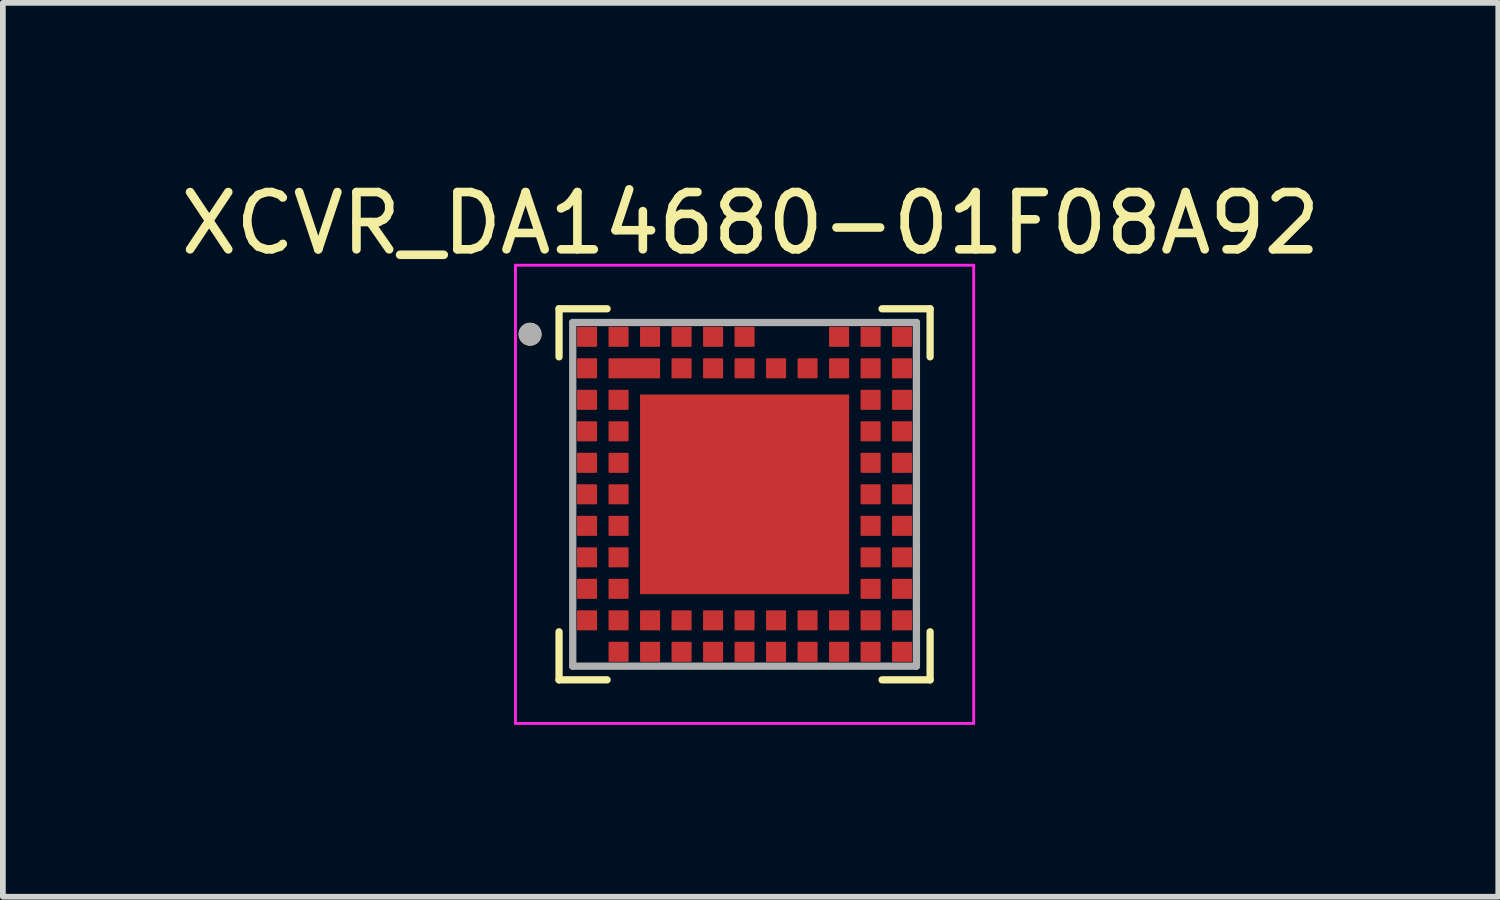
<source format=kicad_pcb>
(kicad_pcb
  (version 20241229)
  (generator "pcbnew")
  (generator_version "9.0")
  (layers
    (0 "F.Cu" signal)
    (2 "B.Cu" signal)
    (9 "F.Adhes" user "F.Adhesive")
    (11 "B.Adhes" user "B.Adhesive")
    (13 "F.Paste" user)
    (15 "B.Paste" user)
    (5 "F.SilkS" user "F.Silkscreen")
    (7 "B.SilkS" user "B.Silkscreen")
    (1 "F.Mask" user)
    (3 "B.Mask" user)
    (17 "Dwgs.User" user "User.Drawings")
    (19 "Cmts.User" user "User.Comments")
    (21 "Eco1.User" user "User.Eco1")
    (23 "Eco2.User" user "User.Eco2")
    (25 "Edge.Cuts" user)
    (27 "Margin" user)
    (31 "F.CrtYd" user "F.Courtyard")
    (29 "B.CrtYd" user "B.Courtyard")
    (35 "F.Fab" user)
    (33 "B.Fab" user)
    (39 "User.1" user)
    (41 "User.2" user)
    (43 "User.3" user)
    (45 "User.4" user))
  (footprint "XCVR_DA14680-01F08A92"
    (layer "F.Cu")
    (at 9.949 5.58)
    (property "Reference" "XCVR_DA14680-01F08A92" (at 0.105 -4.732 0) (layer "F.SilkS") (effects (font (size 1 1) (thickness 0.15))))
    (attr through_hole)
    (fp_line (start -3.239 -3.239) (end -3.239 -2.4) (stroke (width 0.127) (type solid)) (layer "F.SilkS"))
    (fp_line (start -3.239 2.4) (end -3.239 3.239) (stroke (width 0.127) (type solid)) (layer "F.SilkS"))
    (fp_line (start -3.239 3.239) (end -2.4 3.239) (stroke (width 0.127) (type solid)) (layer "F.SilkS"))
    (fp_line (start -2.4 -3.239) (end -3.239 -3.239) (stroke (width 0.127) (type solid)) (layer "F.SilkS"))
    (fp_line (start 2.4 3.239) (end 3.239 3.239) (stroke (width 0.127) (type solid)) (layer "F.SilkS"))
    (fp_line (start 3.239 -3.239) (end 2.4 -3.239) (stroke (width 0.127) (type solid)) (layer "F.SilkS"))
    (fp_line (start 3.239 -2.4) (end 3.239 -3.239) (stroke (width 0.127) (type solid)) (layer "F.SilkS"))
    (fp_line (start 3.239 3.239) (end 3.239 2.4) (stroke (width 0.127) (type solid)) (layer "F.SilkS"))
    (fp_circle (center -3.745 -2.795) (end -3.645 -2.795) (stroke (width 0.2) (type solid)) (fill no) (layer "F.SilkS"))
    (fp_poly (pts (xy -1.39 -1.31) (xy -0.22 -1.31) (xy -0.22 -0.22) (xy -1.39 -0.22)) (stroke (width 0.01) (type solid)) (fill yes) (layer "F.Paste"))
    (fp_poly (pts (xy -1.39 0.22) (xy -0.22 0.22) (xy -0.22 1.31) (xy -1.39 1.31)) (stroke (width 0.01) (type solid)) (fill yes) (layer "F.Paste"))
    (fp_poly (pts (xy 0.22 -1.31) (xy 1.39 -1.31) (xy 1.39 -0.22) (xy 0.22 -0.22)) (stroke (width 0.01) (type solid)) (fill yes) (layer "F.Paste"))
    (fp_poly (pts (xy 0.22 0.22) (xy 1.39 0.22) (xy 1.39 1.31) (xy 0.22 1.31)) (stroke (width 0.01) (type solid)) (fill yes) (layer "F.Paste"))
    (fp_line (start -4 -4) (end -4 4) (stroke (width 0.05) (type solid)) (layer "F.CrtYd"))
    (fp_line (start -4 -4) (end 4 -4) (stroke (width 0.05) (type solid)) (layer "F.CrtYd"))
    (fp_line (start -4 4) (end 4 4) (stroke (width 0.05) (type solid)) (layer "F.CrtYd"))
    (fp_line (start 4 -4) (end 4 4) (stroke (width 0.05) (type solid)) (layer "F.CrtYd"))
    (fp_line (start -3 -3) (end -3 3) (stroke (width 0.127) (type solid)) (layer "F.Fab"))
    (fp_line (start -3 -3) (end 3 -3) (stroke (width 0.127) (type solid)) (layer "F.Fab"))
    (fp_line (start -3 3) (end 3 3) (stroke (width 0.127) (type solid)) (layer "F.Fab"))
    (fp_line (start 3 -3) (end 3 3) (stroke (width 0.127) (type solid)) (layer "F.Fab"))
    (fp_circle (center -3.745 -2.795) (end -3.645 -2.795) (stroke (width 0.2) (type solid)) (fill no) (layer "F.Fab"))
    (pad "A1" smd roundrect (at -2.75 -2.75) (size 0.35 0.35) (layers "F.Cu" "F.Mask" "F.Paste") (roundrect_rratio 0.04))
    (pad "A2" smd roundrect (at -2.75 -2.2) (size 0.35 0.35) (layers "F.Cu" "F.Mask" "F.Paste") (roundrect_rratio 0.04))
    (pad "A3" smd roundrect (at -2.75 -1.65) (size 0.35 0.35) (layers "F.Cu" "F.Mask" "F.Paste") (roundrect_rratio 0.04))
    (pad "A4" smd roundrect (at -2.75 -1.1) (size 0.35 0.35) (layers "F.Cu" "F.Mask" "F.Paste") (roundrect_rratio 0.04))
    (pad "A5" smd roundrect (at -2.75 -0.55) (size 0.35 0.35) (layers "F.Cu" "F.Mask" "F.Paste") (roundrect_rratio 0.04))
    (pad "A6" smd roundrect (at -2.75 0) (size 0.35 0.35) (layers "F.Cu" "F.Mask" "F.Paste") (roundrect_rratio 0.04))
    (pad "A7" smd roundrect (at -2.75 0.55) (size 0.35 0.35) (layers "F.Cu" "F.Mask" "F.Paste") (roundrect_rratio 0.04))
    (pad "A8" smd roundrect (at -2.75 1.1) (size 0.35 0.35) (layers "F.Cu" "F.Mask" "F.Paste") (roundrect_rratio 0.04))
    (pad "A9" smd roundrect (at -2.75 1.65) (size 0.35 0.35) (layers "F.Cu" "F.Mask" "F.Paste") (roundrect_rratio 0.04))
    (pad "A10" smd roundrect (at -2.75 2.2) (size 0.35 0.35) (layers "F.Cu" "F.Mask" "F.Paste") (roundrect_rratio 0.04))
    (pad "A11" smd roundrect (at -2.2 2.75) (size 0.35 0.35) (layers "F.Cu" "F.Mask" "F.Paste") (roundrect_rratio 0.04))
    (pad "A12" smd roundrect (at -1.65 2.75) (size 0.35 0.35) (layers "F.Cu" "F.Mask" "F.Paste") (roundrect_rratio 0.04))
    (pad "A13" smd roundrect (at -1.1 2.75) (size 0.35 0.35) (layers "F.Cu" "F.Mask" "F.Paste") (roundrect_rratio 0.04))
    (pad "A14" smd roundrect (at -0.55 2.75) (size 0.35 0.35) (layers "F.Cu" "F.Mask" "F.Paste") (roundrect_rratio 0.04))
    (pad "A15" smd roundrect (at 0 2.75) (size 0.35 0.35) (layers "F.Cu" "F.Mask" "F.Paste") (roundrect_rratio 0.04))
    (pad "A16" smd roundrect (at 0.55 2.75) (size 0.35 0.35) (layers "F.Cu" "F.Mask" "F.Paste") (roundrect_rratio 0.04))
    (pad "A17" smd roundrect (at 1.1 2.75) (size 0.35 0.35) (layers "F.Cu" "F.Mask" "F.Paste") (roundrect_rratio 0.04))
    (pad "A18" smd roundrect (at 1.65 2.75) (size 0.35 0.35) (layers "F.Cu" "F.Mask" "F.Paste") (roundrect_rratio 0.04))
    (pad "A19" smd roundrect (at 2.2 2.75) (size 0.35 0.35) (layers "F.Cu" "F.Mask" "F.Paste") (roundrect_rratio 0.04))
    (pad "A20" smd roundrect (at 2.75 2.75) (size 0.35 0.35) (layers "F.Cu" "F.Mask" "F.Paste") (roundrect_rratio 0.04))
    (pad "A21" smd roundrect (at 2.75 2.2) (size 0.35 0.35) (layers "F.Cu" "F.Mask" "F.Paste") (roundrect_rratio 0.04))
    (pad "A22" smd roundrect (at 2.75 1.65) (size 0.35 0.35) (layers "F.Cu" "F.Mask" "F.Paste") (roundrect_rratio 0.04))
    (pad "A23" smd roundrect (at 2.75 1.1) (size 0.35 0.35) (layers "F.Cu" "F.Mask" "F.Paste") (roundrect_rratio 0.04))
    (pad "A24" smd roundrect (at 2.75 0.55) (size 0.35 0.35) (layers "F.Cu" "F.Mask" "F.Paste") (roundrect_rratio 0.04))
    (pad "A25" smd roundrect (at 2.75 0) (size 0.35 0.35) (layers "F.Cu" "F.Mask" "F.Paste") (roundrect_rratio 0.04))
    (pad "A26" smd roundrect (at 2.75 -0.55) (size 0.35 0.35) (layers "F.Cu" "F.Mask" "F.Paste") (roundrect_rratio 0.04))
    (pad "A27" smd roundrect (at 2.75 -1.1) (size 0.35 0.35) (layers "F.Cu" "F.Mask" "F.Paste") (roundrect_rratio 0.04))
    (pad "A28" smd roundrect (at 2.75 -1.65) (size 0.35 0.35) (layers "F.Cu" "F.Mask" "F.Paste") (roundrect_rratio 0.04))
    (pad "A29" smd roundrect (at 2.75 -2.2) (size 0.35 0.35) (layers "F.Cu" "F.Mask" "F.Paste") (roundrect_rratio 0.04))
    (pad "A30" smd roundrect (at 2.75 -2.75) (size 0.35 0.35) (layers "F.Cu" "F.Mask" "F.Paste") (roundrect_rratio 0.04))
    (pad "A31" smd roundrect (at 2.2 -2.75) (size 0.35 0.35) (layers "F.Cu" "F.Mask" "F.Paste") (roundrect_rratio 0.04))
    (pad "A32" smd roundrect (at 1.65 -2.75) (size 0.35 0.35) (layers "F.Cu" "F.Mask" "F.Paste") (roundrect_rratio 0.04))
    (pad "A33" smd roundrect (at 0 -2.75) (size 0.35 0.35) (layers "F.Cu" "F.Mask" "F.Paste") (roundrect_rratio 0.04))
    (pad "A34" smd roundrect (at -0.55 -2.75) (size 0.35 0.35) (layers "F.Cu" "F.Mask" "F.Paste") (roundrect_rratio 0.04))
    (pad "A35" smd roundrect (at -1.1 -2.75) (size 0.35 0.35) (layers "F.Cu" "F.Mask" "F.Paste") (roundrect_rratio 0.04))
    (pad "A36" smd roundrect (at -1.65 -2.75) (size 0.35 0.35) (layers "F.Cu" "F.Mask" "F.Paste") (roundrect_rratio 0.04))
    (pad "A37" smd roundrect (at -2.2 -2.75) (size 0.35 0.35) (layers "F.Cu" "F.Mask" "F.Paste") (roundrect_rratio 0.04))
    (pad "B1" smd roundrect (at -2.2 -1.65) (size 0.35 0.35) (layers "F.Cu" "F.Mask" "F.Paste") (roundrect_rratio 0.04))
    (pad "B2" smd roundrect (at -2.2 -0.55) (size 0.35 0.35) (layers "F.Cu" "F.Mask" "F.Paste") (roundrect_rratio 0.04))
    (pad "B3" smd roundrect (at -2.2 1.1) (size 0.35 0.35) (layers "F.Cu" "F.Mask" "F.Paste") (roundrect_rratio 0.04))
    (pad "B4" smd roundrect (at -2.2 1.65) (size 0.35 0.35) (layers "F.Cu" "F.Mask" "F.Paste") (roundrect_rratio 0.04))
    (pad "B5" smd roundrect (at -2.2 2.2) (size 0.35 0.35) (layers "F.Cu" "F.Mask" "F.Paste") (roundrect_rratio 0.04))
    (pad "B6" smd roundrect (at -1.65 2.2) (size 0.35 0.35) (layers "F.Cu" "F.Mask" "F.Paste") (roundrect_rratio 0.04))
    (pad "B7" smd roundrect (at -0.55 2.2) (size 0.35 0.35) (layers "F.Cu" "F.Mask" "F.Paste") (roundrect_rratio 0.04))
    (pad "B8" smd roundrect (at 0 2.2) (size 0.35 0.35) (layers "F.Cu" "F.Mask" "F.Paste") (roundrect_rratio 0.04))
    (pad "B9" smd roundrect (at 1.1 2.2) (size 0.35 0.35) (layers "F.Cu" "F.Mask" "F.Paste") (roundrect_rratio 0.04))
    (pad "B10" smd roundrect (at 1.65 2.2) (size 0.35 0.35) (layers "F.Cu" "F.Mask" "F.Paste") (roundrect_rratio 0.04))
    (pad "B11" smd roundrect (at 2.2 2.2) (size 0.35 0.35) (layers "F.Cu" "F.Mask" "F.Paste") (roundrect_rratio 0.04))
    (pad "B12" smd roundrect (at 2.2 1.65) (size 0.35 0.35) (layers "F.Cu" "F.Mask" "F.Paste") (roundrect_rratio 0.04))
    (pad "B13" smd roundrect (at 2.2 1.1) (size 0.35 0.35) (layers "F.Cu" "F.Mask" "F.Paste") (roundrect_rratio 0.04))
    (pad "B14" smd roundrect (at 2.2 0.55) (size 0.35 0.35) (layers "F.Cu" "F.Mask" "F.Paste") (roundrect_rratio 0.04))
    (pad "B15" smd roundrect (at 2.2 -1.1) (size 0.35 0.35) (layers "F.Cu" "F.Mask" "F.Paste") (roundrect_rratio 0.04))
    (pad "B16" smd roundrect (at 2.2 -1.65) (size 0.35 0.35) (layers "F.Cu" "F.Mask" "F.Paste") (roundrect_rratio 0.04))
    (pad "B17" smd roundrect (at 2.2 -2.2) (size 0.35 0.35) (layers "F.Cu" "F.Mask" "F.Paste") (roundrect_rratio 0.04))
    (pad "B18" smd roundrect (at 1.65 -2.2) (size 0.35 0.35) (layers "F.Cu" "F.Mask" "F.Paste") (roundrect_rratio 0.04))
    (pad "B19" smd roundrect (at 1.1 -2.2) (size 0.35 0.35) (layers "F.Cu" "F.Mask" "F.Paste") (roundrect_rratio 0.04))
    (pad "B20" smd roundrect (at 0.55 -2.2) (size 0.35 0.35) (layers "F.Cu" "F.Mask" "F.Paste") (roundrect_rratio 0.04))
    (pad "B21" smd roundrect (at 0 -2.2) (size 0.35 0.35) (layers "F.Cu" "F.Mask" "F.Paste") (roundrect_rratio 0.04))
    (pad "B22" smd roundrect (at -0.55 -2.2) (size 0.35 0.35) (layers "F.Cu" "F.Mask" "F.Paste") (roundrect_rratio 0.04))
    (pad "B23" smd roundrect (at -1.1 -2.2) (size 0.35 0.35) (layers "F.Cu" "F.Mask" "F.Paste") (roundrect_rratio 0.04))
    (pad "G1" smd roundrect (at -2.2 -1.1) (size 0.35 0.35) (layers "F.Cu" "F.Mask" "F.Paste") (roundrect_rratio 0.04))
    (pad "G2" smd roundrect (at -2.2 0) (size 0.35 0.35) (layers "F.Cu" "F.Mask" "F.Paste") (roundrect_rratio 0.04))
    (pad "G3" smd roundrect (at -2.2 0.55) (size 0.35 0.35) (layers "F.Cu" "F.Mask" "F.Paste") (roundrect_rratio 0.04))
    (pad "G4" smd roundrect (at -1.1 2.2) (size 0.35 0.35) (layers "F.Cu" "F.Mask" "F.Paste") (roundrect_rratio 0.04))
    (pad "G5" smd roundrect (at 0.55 2.2) (size 0.35 0.35) (layers "F.Cu" "F.Mask" "F.Paste") (roundrect_rratio 0.04))
    (pad "G6" smd roundrect (at 2.2 0) (size 0.35 0.35) (layers "F.Cu" "F.Mask" "F.Paste") (roundrect_rratio 0.04))
    (pad "G7" smd roundrect (at 2.2 -0.55) (size 0.35 0.35) (layers "F.Cu" "F.Mask" "F.Paste") (roundrect_rratio 0.04))
    (pad "G8" smd roundrect (at -1.925 -2.2) (size 0.9 0.35) (layers "F.Cu" "F.Mask" "F.Paste") (roundrect_rratio 0.04))
    (pad "G10" smd rect (at 0 0) (size 3.65 3.485) (layers "F.Cu" "F.Mask")))
  (gr_rect
    (start -3 -3)
    (end 23.107 12.605)
    (stroke (width 0.1) (type default))
    (fill no)
    (layer "Edge.Cuts")))
</source>
